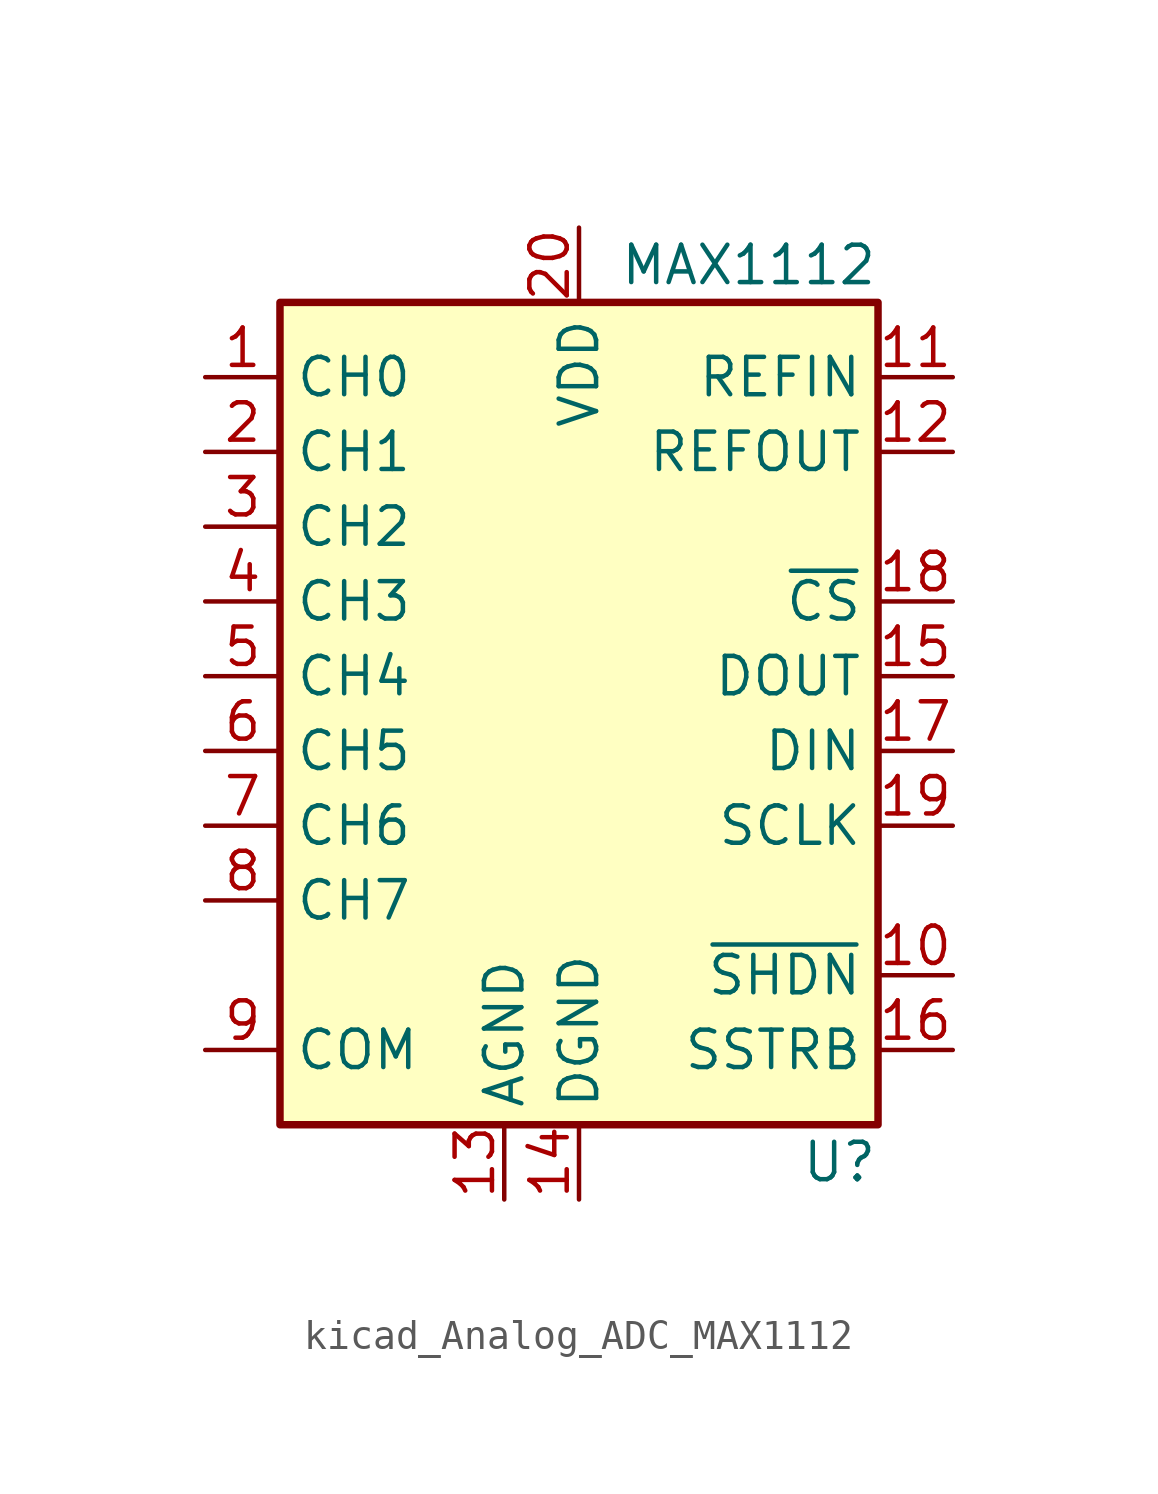
<source format=kicad_sym>
(kicad_symbol_lib
  (version 20220914)
  (generator kicad_symbol_editor)
  (symbol "kicad_Analog_ADC_MAX1112"
    (property "Reference" "U"
      (at 10.16 -13.97 0)
      (effects (font (size 1.27 1.27)) (justify right)))
    (property "Value" "MAX1112"
      (at 10.16 16.51 0)
      (effects (font (size 1.27 1.27)) (justify right)))
    (symbol "kicad_Analog_ADC_MAX1112_0_1"
      (rectangle (start 10.16 15.24) (end -10.16 -12.7) (stroke (width 0.254) (type default)) (fill (type background))))
    (symbol "kicad_Analog_ADC_MAX1112_1_1"
      (pin input line (at -12.7 12.7 0) (length 2.54) (name "CH0" (effects (font (size 1.27 1.27)))) (number "1" (effects (font (size 1.27 1.27)))))
      (pin input line (at 12.7 -7.62 180) (length 2.54) (name "~{SHDN}" (effects (font (size 1.27 1.27)))) (number "10" (effects (font (size 1.27 1.27)))))
      (pin power_in line (at 12.7 12.7 180) (length 2.54) (name "REFIN" (effects (font (size 1.27 1.27)))) (number "11" (effects (font (size 1.27 1.27)))))
      (pin power_out line (at 12.7 10.16 180) (length 2.54) (name "REFOUT" (effects (font (size 1.27 1.27)))) (number "12" (effects (font (size 1.27 1.27)))))
      (pin power_in line (at -2.54 -15.24 90) (length 2.54) (name "AGND" (effects (font (size 1.27 1.27)))) (number "13" (effects (font (size 1.27 1.27)))))
      (pin power_in line (at 0 -15.24 90) (length 2.54) (name "DGND" (effects (font (size 1.27 1.27)))) (number "14" (effects (font (size 1.27 1.27)))))
      (pin output line (at 12.7 2.54 180) (length 2.54) (name "DOUT" (effects (font (size 1.27 1.27)))) (number "15" (effects (font (size 1.27 1.27)))))
      (pin output line (at 12.7 -10.16 180) (length 2.54) (name "SSTRB" (effects (font (size 1.27 1.27)))) (number "16" (effects (font (size 1.27 1.27)))))
      (pin input line (at 12.7 0 180) (length 2.54) (name "DIN" (effects (font (size 1.27 1.27)))) (number "17" (effects (font (size 1.27 1.27)))))
      (pin input line (at 12.7 5.08 180) (length 2.54) (name "~{CS}" (effects (font (size 1.27 1.27)))) (number "18" (effects (font (size 1.27 1.27)))))
      (pin input line (at 12.7 -2.54 180) (length 2.54) (name "SCLK" (effects (font (size 1.27 1.27)))) (number "19" (effects (font (size 1.27 1.27)))))
      (pin input line (at -12.7 10.16 0) (length 2.54) (name "CH1" (effects (font (size 1.27 1.27)))) (number "2" (effects (font (size 1.27 1.27)))))
      (pin power_in line (at 0 17.78 270) (length 2.54) (name "VDD" (effects (font (size 1.27 1.27)))) (number "20" (effects (font (size 1.27 1.27)))))
      (pin input line (at -12.7 7.62 0) (length 2.54) (name "CH2" (effects (font (size 1.27 1.27)))) (number "3" (effects (font (size 1.27 1.27)))))
      (pin input line (at -12.7 5.08 0) (length 2.54) (name "CH3" (effects (font (size 1.27 1.27)))) (number "4" (effects (font (size 1.27 1.27)))))
      (pin input line (at -12.7 2.54 0) (length 2.54) (name "CH4" (effects (font (size 1.27 1.27)))) (number "5" (effects (font (size 1.27 1.27)))))
      (pin input line (at -12.7 0 0) (length 2.54) (name "CH5" (effects (font (size 1.27 1.27)))) (number "6" (effects (font (size 1.27 1.27)))))
      (pin input line (at -12.7 -2.54 0) (length 2.54) (name "CH6" (effects (font (size 1.27 1.27)))) (number "7" (effects (font (size 1.27 1.27)))))
      (pin input line (at -12.7 -5.08 0) (length 2.54) (name "CH7" (effects (font (size 1.27 1.27)))) (number "8" (effects (font (size 1.27 1.27)))))
      (pin power_in line (at -12.7 -10.16 0) (length 2.54) (name "COM" (effects (font (size 1.27 1.27)))) (number "9" (effects (font (size 1.27 1.27))))))))
</source>
